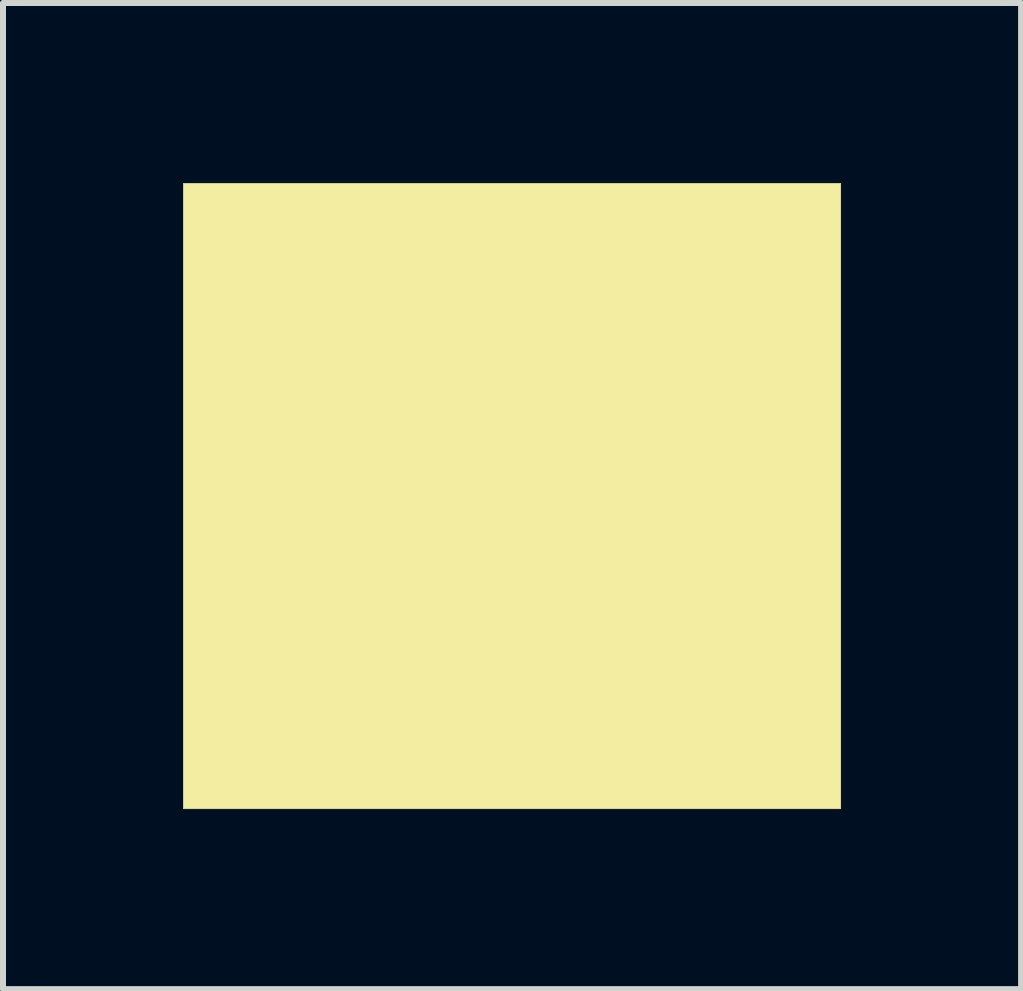
<source format=kicad_pcb>
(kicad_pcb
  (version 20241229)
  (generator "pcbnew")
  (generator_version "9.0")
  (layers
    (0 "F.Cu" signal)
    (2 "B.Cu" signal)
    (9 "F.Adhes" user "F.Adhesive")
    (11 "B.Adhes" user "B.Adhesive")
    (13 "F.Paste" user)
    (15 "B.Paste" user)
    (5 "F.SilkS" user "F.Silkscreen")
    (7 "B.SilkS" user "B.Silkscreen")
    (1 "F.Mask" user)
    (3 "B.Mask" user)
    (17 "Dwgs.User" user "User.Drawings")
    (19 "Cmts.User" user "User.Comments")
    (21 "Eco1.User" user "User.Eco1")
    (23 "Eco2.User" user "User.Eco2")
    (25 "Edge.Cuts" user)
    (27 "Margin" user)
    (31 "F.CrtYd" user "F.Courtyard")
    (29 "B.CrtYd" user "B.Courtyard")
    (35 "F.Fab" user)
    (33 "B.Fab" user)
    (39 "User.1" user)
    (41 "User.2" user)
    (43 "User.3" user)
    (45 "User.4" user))
  (footprint "star"
    (layer "F.Cu")
    (at 5.481 5.212)
    (property "Reference" "star" (at 0 0 0) (layer "F.SilkS") (effects (font (size 1.524 1.524) (thickness 0.3))))
    (attr through_hole)
    (fp_poly (pts (xy 5.476 5.212) (xy -5.476 5.212) (xy -5.476 -5.207) (xy 5.476 -5.207) (xy 5.476 5.212)) (stroke (width 0.01) (type solid)) (fill yes) (layer "F.SilkS")))
  (gr_rect
    (start -3 -3)
    (end 13.962 13.429)
    (stroke (width 0.1) (type default))
    (fill no)
    (layer "Edge.Cuts")))
</source>
